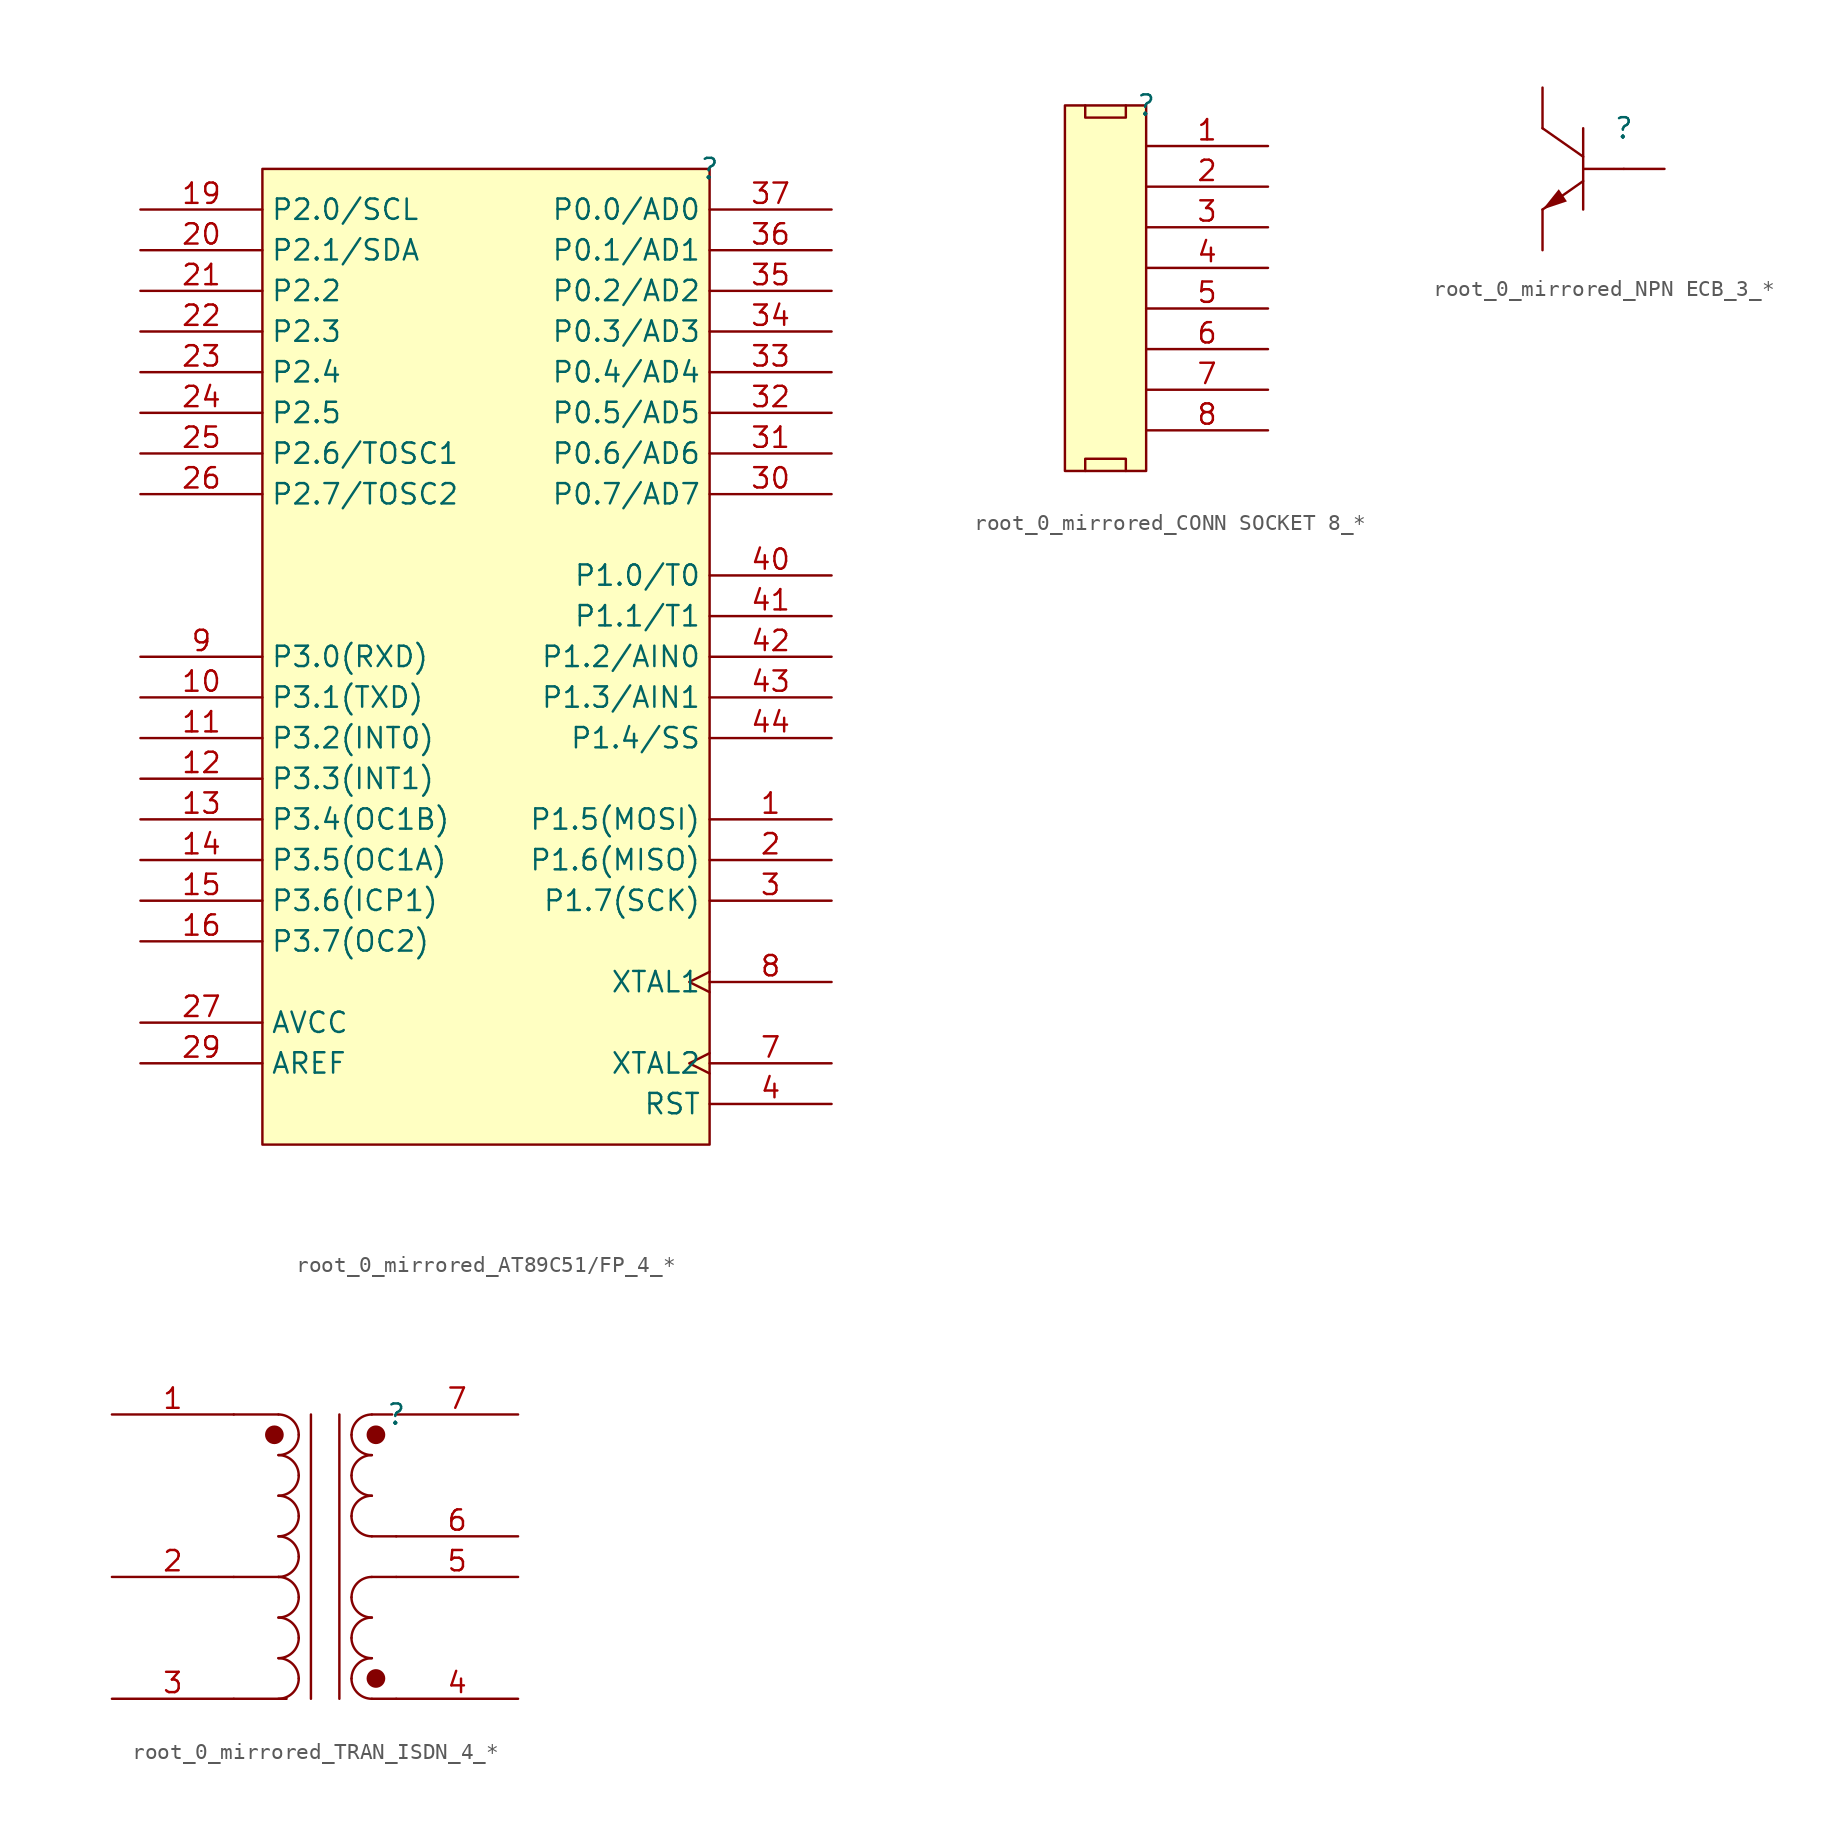
<source format=kicad_sym>
(kicad_symbol_lib
  (version 20241209)
  (generator "kicad_symbol_editor")
  (generator_version "9.0")
  (symbol "root_0_mirrored_AT89C51/FP_4_*"
    (property "Reference" ""
      (at 0 0 0)
      (effects (font (size 1.27 1.27))))
    (property "Value" ""
      (at 0 0 0)
      (effects (font (size 1.27 1.27))))
    (symbol "root_0_mirrored_AT89C51/FP_4_*_1_0"
      (rectangle (start 0 0) (end -27.94 -60.96) (stroke (width 0) (type solid) (color 128 0 0 1)) (fill (type background)))
      (pin bidirectional line (at -35.56 -2.54 0) (length 7.62) (name "P2.0/SCL" (effects (font (size 1.27 1.27)))) (number "19" (effects (font (size 1.27 1.27)))))
      (pin bidirectional line (at -35.56 -5.08 0) (length 7.62) (name "P2.1/SDA" (effects (font (size 1.27 1.27)))) (number "20" (effects (font (size 1.27 1.27)))))
      (pin bidirectional line (at -35.56 -7.62 0) (length 7.62) (name "P2.2" (effects (font (size 1.27 1.27)))) (number "21" (effects (font (size 1.27 1.27)))))
      (pin bidirectional line (at -35.56 -10.16 0) (length 7.62) (name "P2.3" (effects (font (size 1.27 1.27)))) (number "22" (effects (font (size 1.27 1.27)))))
      (pin bidirectional line (at -35.56 -12.7 0) (length 7.62) (name "P2.4" (effects (font (size 1.27 1.27)))) (number "23" (effects (font (size 1.27 1.27)))))
      (pin bidirectional line (at -35.56 -15.24 0) (length 7.62) (name "P2.5" (effects (font (size 1.27 1.27)))) (number "24" (effects (font (size 1.27 1.27)))))
      (pin bidirectional line (at -35.56 -17.78 0) (length 7.62) (name "P2.6/TOSC1" (effects (font (size 1.27 1.27)))) (number "25" (effects (font (size 1.27 1.27)))))
      (pin bidirectional line (at -35.56 -20.32 0) (length 7.62) (name "P2.7/TOSC2" (effects (font (size 1.27 1.27)))) (number "26" (effects (font (size 1.27 1.27)))))
      (pin bidirectional line (at -35.56 -30.48 0) (length 7.62) (name "P3.0(RXD)" (effects (font (size 1.27 1.27)))) (number "9" (effects (font (size 1.27 1.27)))))
      (pin bidirectional line (at -35.56 -33.02 0) (length 7.62) (name "P3.1(TXD)" (effects (font (size 1.27 1.27)))) (number "10" (effects (font (size 1.27 1.27)))))
      (pin bidirectional line (at -35.56 -35.56 0) (length 7.62) (name "P3.2(INT0)" (effects (font (size 1.27 1.27)))) (number "11" (effects (font (size 1.27 1.27)))))
      (pin bidirectional line (at -35.56 -38.1 0) (length 7.62) (name "P3.3(INT1)" (effects (font (size 1.27 1.27)))) (number "12" (effects (font (size 1.27 1.27)))))
      (pin bidirectional line (at -35.56 -40.64 0) (length 7.62) (name "P3.4(OC1B)" (effects (font (size 1.27 1.27)))) (number "13" (effects (font (size 1.27 1.27)))))
      (pin bidirectional line (at -35.56 -43.18 0) (length 7.62) (name "P3.5(OC1A)" (effects (font (size 1.27 1.27)))) (number "14" (effects (font (size 1.27 1.27)))))
      (pin bidirectional line (at -35.56 -45.72 0) (length 7.62) (name "P3.6(ICP1)" (effects (font (size 1.27 1.27)))) (number "15" (effects (font (size 1.27 1.27)))))
      (pin bidirectional line (at -35.56 -48.26 0) (length 7.62) (name "P3.7(OC2)" (effects (font (size 1.27 1.27)))) (number "16" (effects (font (size 1.27 1.27)))))
      (pin passive line (at -35.56 -53.34 0) (length 7.62) (name "AVCC" (effects (font (size 1.27 1.27)))) (number "27" (effects (font (size 1.27 1.27)))))
      (pin output line (at -35.56 -55.88 0) (length 7.62) (name "AREF" (effects (font (size 1.27 1.27)))) (number "29" (effects (font (size 1.27 1.27)))))
      (pin power_in line (at -20.32 -60.96 90) (length 0) (hide yes) (name "GND" (effects (font (size 1.27 1.27)))) (number "39" (effects (font (size 1.27 1.27)))))
      (pin power_in line (at -17.78 -60.96 90) (length 0) (hide yes) (name "GND" (effects (font (size 1.27 1.27)))) (number "28" (effects (font (size 1.27 1.27)))))
      (pin power_in line (at -15.24 0 270) (length 0) (hide yes) (name "VCC" (effects (font (size 1.27 1.27)))) (number "5" (effects (font (size 1.27 1.27)))))
      (pin power_in line (at -15.24 -60.96 90) (length 0) (hide yes) (name "GND" (effects (font (size 1.27 1.27)))) (number "18" (effects (font (size 1.27 1.27)))))
      (pin power_in line (at -12.7 0 270) (length 0) (hide yes) (name "VCC" (effects (font (size 1.27 1.27)))) (number "38" (effects (font (size 1.27 1.27)))))
      (pin power_in line (at -12.7 -60.96 90) (length 0) (hide yes) (name "GND" (effects (font (size 1.27 1.27)))) (number "6" (effects (font (size 1.27 1.27)))))
      (pin power_in line (at -10.16 0 270) (length 0) (hide yes) (name "VCC" (effects (font (size 1.27 1.27)))) (number "17" (effects (font (size 1.27 1.27)))))
      (pin bidirectional line (at 7.62 -2.54 180) (length 7.62) (name "P0.0/AD0" (effects (font (size 1.27 1.27)))) (number "37" (effects (font (size 1.27 1.27)))))
      (pin bidirectional line (at 7.62 -5.08 180) (length 7.62) (name "P0.1/AD1" (effects (font (size 1.27 1.27)))) (number "36" (effects (font (size 1.27 1.27)))))
      (pin bidirectional line (at 7.62 -7.62 180) (length 7.62) (name "P0.2/AD2" (effects (font (size 1.27 1.27)))) (number "35" (effects (font (size 1.27 1.27)))))
      (pin bidirectional line (at 7.62 -10.16 180) (length 7.62) (name "P0.3/AD3" (effects (font (size 1.27 1.27)))) (number "34" (effects (font (size 1.27 1.27)))))
      (pin bidirectional line (at 7.62 -12.7 180) (length 7.62) (name "P0.4/AD4" (effects (font (size 1.27 1.27)))) (number "33" (effects (font (size 1.27 1.27)))))
      (pin bidirectional line (at 7.62 -15.24 180) (length 7.62) (name "P0.5/AD5" (effects (font (size 1.27 1.27)))) (number "32" (effects (font (size 1.27 1.27)))))
      (pin bidirectional line (at 7.62 -17.78 180) (length 7.62) (name "P0.6/AD6" (effects (font (size 1.27 1.27)))) (number "31" (effects (font (size 1.27 1.27)))))
      (pin bidirectional line (at 7.62 -20.32 180) (length 7.62) (name "P0.7/AD7" (effects (font (size 1.27 1.27)))) (number "30" (effects (font (size 1.27 1.27)))))
      (pin bidirectional line (at 7.62 -25.4 180) (length 7.62) (name "P1.0/T0" (effects (font (size 1.27 1.27)))) (number "40" (effects (font (size 1.27 1.27)))))
      (pin bidirectional line (at 7.62 -27.94 180) (length 7.62) (name "P1.1/T1" (effects (font (size 1.27 1.27)))) (number "41" (effects (font (size 1.27 1.27)))))
      (pin bidirectional line (at 7.62 -30.48 180) (length 7.62) (name "P1.2/AIN0" (effects (font (size 1.27 1.27)))) (number "42" (effects (font (size 1.27 1.27)))))
      (pin bidirectional line (at 7.62 -33.02 180) (length 7.62) (name "P1.3/AIN1" (effects (font (size 1.27 1.27)))) (number "43" (effects (font (size 1.27 1.27)))))
      (pin bidirectional line (at 7.62 -35.56 180) (length 7.62) (name "P1.4/SS" (effects (font (size 1.27 1.27)))) (number "44" (effects (font (size 1.27 1.27)))))
      (pin bidirectional line (at 7.62 -40.64 180) (length 7.62) (name "P1.5(MOSI)" (effects (font (size 1.27 1.27)))) (number "1" (effects (font (size 1.27 1.27)))))
      (pin bidirectional line (at 7.62 -43.18 180) (length 7.62) (name "P1.6(MISO)" (effects (font (size 1.27 1.27)))) (number "2" (effects (font (size 1.27 1.27)))))
      (pin bidirectional line (at 7.62 -45.72 180) (length 7.62) (name "P1.7(SCK)" (effects (font (size 1.27 1.27)))) (number "3" (effects (font (size 1.27 1.27)))))
      (pin passive clock (at 7.62 -50.8 180) (length 7.62) (name "XTAL1" (effects (font (size 1.27 1.27)))) (number "8" (effects (font (size 1.27 1.27)))))
      (pin passive clock (at 7.62 -55.88 180) (length 7.62) (name "XTAL2" (effects (font (size 1.27 1.27)))) (number "7" (effects (font (size 1.27 1.27)))))
      (pin input line (at 7.62 -58.42 180) (length 7.62) (name "RST" (effects (font (size 1.27 1.27)))) (number "4" (effects (font (size 1.27 1.27)))))))
  (symbol "root_0_mirrored_CONN SOCKET 8_*"
    (pin_names
      (hide yes))
    (property "Reference" ""
      (at 0 0 0)
      (effects (font (size 1.27 1.27))))
    (property "Value" ""
      (at 0 0 0)
      (effects (font (size 1.27 1.27))))
    (symbol "root_0_mirrored_CONN SOCKET 8_*_1_0"
      (polyline (pts (xy -3.81 -22.86) (xy -3.81 -22.86) (xy -3.81 -22.098) (xy -1.27 -22.098) (xy -1.27 -22.86)) (stroke (width 0) (type solid)) (fill (type none)))
      (polyline (pts (xy -1.27 0) (xy -1.27 0) (xy -1.27 -0.762) (xy -3.81 -0.762) (xy -3.81 0)) (stroke (width 0) (type solid)) (fill (type none)))
      (rectangle (start 0 0) (end -5.08 -22.86) (stroke (width 0) (type solid) (color 128 0 0 1)) (fill (type background)))
      (pin passive line (at 7.62 -2.54 180) (length 7.62) (name "1" (effects (font (size 1.27 1.27)))) (number "1" (effects (font (size 1.27 1.27)))))
      (pin passive line (at 7.62 -5.08 180) (length 7.62) (name "2" (effects (font (size 1.27 1.27)))) (number "2" (effects (font (size 1.27 1.27)))))
      (pin passive line (at 7.62 -7.62 180) (length 7.62) (name "3" (effects (font (size 1.27 1.27)))) (number "3" (effects (font (size 1.27 1.27)))))
      (pin passive line (at 7.62 -10.16 180) (length 7.62) (name "4" (effects (font (size 1.27 1.27)))) (number "4" (effects (font (size 1.27 1.27)))))
      (pin passive line (at 7.62 -12.7 180) (length 7.62) (name "5" (effects (font (size 1.27 1.27)))) (number "5" (effects (font (size 1.27 1.27)))))
      (pin passive line (at 7.62 -15.24 180) (length 7.62) (name "6" (effects (font (size 1.27 1.27)))) (number "6" (effects (font (size 1.27 1.27)))))
      (pin passive line (at 7.62 -17.78 180) (length 7.62) (name "7" (effects (font (size 1.27 1.27)))) (number "7" (effects (font (size 1.27 1.27)))))
      (pin passive line (at 7.62 -20.32 180) (length 7.62) (name "8" (effects (font (size 1.27 1.27)))) (number "8" (effects (font (size 1.27 1.27)))))))
  (symbol "root_0_mirrored_NPN ECB_3_*"
    (pin_numbers
      (hide yes))
    (pin_names
      (hide yes))
    (property "Reference" ""
      (at 0 0 0)
      (effects (font (size 1.27 1.27))))
    (property "Value" ""
      (at 0 0 0)
      (effects (font (size 1.27 1.27))))
    (symbol "root_0_mirrored_NPN ECB_3_*_1_0"
      (polyline (pts (xy -5.08 0) (xy -2.54 -1.778)) (stroke (width 0) (type solid)) (fill (type none)))
      (polyline (pts (xy -5.08 -5.08) (xy -4.064 -3.81) (xy -3.556 -4.572) (xy -5.08 -5.08) (xy -5.08 -5.08)) (stroke (width -0.0001) (type solid)) (fill (type outline)))
      (polyline (pts (xy -2.54 0) (xy -2.54 -5.08)) (stroke (width 0) (type solid)) (fill (type none)))
      (polyline (pts (xy -2.54 -2.54) (xy 0 -2.54)) (stroke (width 0) (type solid)) (fill (type none)))
      (polyline (pts (xy -2.54 -3.302) (xy -5.08 -5.08)) (stroke (width 0) (type solid)) (fill (type none)))
      (pin passive line (at -5.08 2.54 270) (length 2.54) (name "C" (effects (font (size 1.27 1.27)))) (number "2" (effects (font (size 1.27 1.27)))))
      (pin passive line (at -5.08 -7.62 90) (length 2.54) (name "E" (effects (font (size 1.27 1.27)))) (number "3" (effects (font (size 1.27 1.27)))))
      (pin passive line (at 2.54 -2.54 180) (length 2.54) (name "B" (effects (font (size 1.27 1.27)))) (number "1" (effects (font (size 1.27 1.27)))))))
  (symbol "root_0_mirrored_TRAN_ISDN_4_*"
    (pin_names
      (hide yes))
    (property "Reference" ""
      (at 0 0 0)
      (effects (font (size 1.27 1.27))))
    (property "Value" ""
      (at 0 0 0)
      (effects (font (size 1.27 1.27))))
    (symbol "root_0_mirrored_TRAN_ISDN_4_*_1_0"
      (polyline (pts (xy -10.16 0) (xy -7.366 0)) (stroke (width 0) (type solid)) (fill (type none)))
      (circle (center -7.62 -1.27) (radius 0.508) (stroke (width 0) (type solid)) (fill (type outline)))
      (arc (start -7.366 0) (mid -6.468 -0.372) (end -6.096 -1.27) (stroke (width 0) (type solid)) (fill (type none)))
      (arc (start -6.096 -1.27) (mid -6.468 -2.168) (end -7.366 -2.54) (stroke (width 0) (type solid)) (fill (type none)))
      (arc (start -7.366 -2.54) (mid -6.468 -2.912) (end -6.096 -3.81) (stroke (width 0) (type solid)) (fill (type none)))
      (arc (start -6.096 -3.81) (mid -6.468 -4.708) (end -7.366 -5.08) (stroke (width 0) (type solid)) (fill (type none)))
      (arc (start -7.366 -5.08) (mid -6.468 -5.452) (end -6.096 -6.35) (stroke (width 0) (type solid)) (fill (type none)))
      (arc (start -6.096 -6.35) (mid -6.468 -7.248) (end -7.366 -7.62) (stroke (width 0) (type solid)) (fill (type none)))
      (arc (start -7.366 -7.62) (mid -6.468 -7.992) (end -6.096 -8.89) (stroke (width 0) (type solid)) (fill (type none)))
      (arc (start -6.096 -8.89) (mid -6.468 -9.788) (end -7.366 -10.16) (stroke (width 0) (type solid)) (fill (type none)))
      (polyline (pts (xy -7.366 -10.16) (xy -10.16 -10.16)) (stroke (width 0) (type solid)) (fill (type none)))
      (arc (start -7.366 -10.16) (mid -6.468 -10.532) (end -6.096 -11.43) (stroke (width 0) (type solid)) (fill (type none)))
      (arc (start -6.096 -11.43) (mid -6.468 -12.328) (end -7.366 -12.7) (stroke (width 0) (type solid)) (fill (type none)))
      (arc (start -7.366 -12.7) (mid -6.468 -13.072) (end -6.096 -13.97) (stroke (width 0) (type solid)) (fill (type none)))
      (arc (start -6.096 -13.97) (mid -6.468 -14.868) (end -7.366 -15.24) (stroke (width 0) (type solid)) (fill (type none)))
      (arc (start -7.366 -15.24) (mid -6.468 -15.612) (end -6.096 -16.51) (stroke (width 0) (type solid)) (fill (type none)))
      (arc (start -6.096 -16.51) (mid -6.468 -17.408) (end -7.366 -17.78) (stroke (width 0) (type solid)) (fill (type none)))
      (polyline (pts (xy -6.858 -17.78) (xy -10.16 -17.78)) (stroke (width 0) (type solid)) (fill (type none)))
      (polyline (pts (xy -5.334 0) (xy -5.334 -17.78)) (stroke (width 0) (type solid)) (fill (type none)))
      (polyline (pts (xy -3.556 -17.78) (xy -3.556 0)) (stroke (width 0) (type solid)) (fill (type none)))
      (arc (start -2.794 -1.27) (mid -2.422 -0.372) (end -1.524 0) (stroke (width 0) (type solid)) (fill (type none)))
      (arc (start -1.524 -2.54) (mid -2.422 -2.168) (end -2.794 -1.27) (stroke (width 0) (type solid)) (fill (type none)))
      (arc (start -2.794 -3.81) (mid -2.422 -2.912) (end -1.524 -2.54) (stroke (width 0) (type solid)) (fill (type none)))
      (arc (start -1.524 -5.08) (mid -2.422 -4.708) (end -2.794 -3.81) (stroke (width 0) (type solid)) (fill (type none)))
      (arc (start -2.794 -6.35) (mid -2.422 -5.452) (end -1.524 -5.08) (stroke (width 0) (type solid)) (fill (type none)))
      (arc (start -1.524 -7.62) (mid -2.422 -7.248) (end -2.794 -6.35) (stroke (width 0) (type solid)) (fill (type none)))
      (polyline (pts (xy -1.524 -7.62) (xy 0 -7.62)) (stroke (width 0) (type solid)) (fill (type none)))
      (arc (start -2.794 -11.43) (mid -2.422 -10.532) (end -1.524 -10.16) (stroke (width 0) (type solid)) (fill (type none)))
      (arc (start -1.524 -12.7) (mid -2.422 -12.328) (end -2.794 -11.43) (stroke (width 0) (type solid)) (fill (type none)))
      (arc (start -2.794 -13.97) (mid -2.422 -13.072) (end -1.524 -12.7) (stroke (width 0) (type solid)) (fill (type none)))
      (arc (start -1.524 -15.24) (mid -2.422 -14.868) (end -2.794 -13.97) (stroke (width 0) (type solid)) (fill (type none)))
      (arc (start -2.794 -16.51) (mid -2.422 -15.612) (end -1.524 -15.24) (stroke (width 0) (type solid)) (fill (type none)))
      (arc (start -1.524 -17.78) (mid -2.422 -17.408) (end -2.794 -16.51) (stroke (width 0) (type solid)) (fill (type none)))
      (polyline (pts (xy -1.524 -17.78) (xy 0 -17.78)) (stroke (width 0) (type solid)) (fill (type none)))
      (circle (center -1.27 -1.27) (radius 0.508) (stroke (width 0) (type solid)) (fill (type outline)))
      (circle (center -1.27 -16.51) (radius 0.508) (stroke (width 0) (type solid)) (fill (type outline)))
      (polyline (pts (xy -0.254 0) (xy -1.524 0)) (stroke (width 0) (type solid)) (fill (type none)))
      (polyline (pts (xy 0 -10.16) (xy -1.524 -10.16)) (stroke (width 0) (type solid)) (fill (type none)))
      (pin passive line (at -17.78 0 0) (length 7.62) (name "1" (effects (font (size 1.27 1.27)))) (number "1" (effects (font (size 1.27 1.27)))))
      (pin passive line (at -17.78 -10.16 0) (length 7.62) (name "2" (effects (font (size 1.27 1.27)))) (number "2" (effects (font (size 1.27 1.27)))))
      (pin passive line (at -17.78 -17.78 0) (length 7.62) (name "3" (effects (font (size 1.27 1.27)))) (number "3" (effects (font (size 1.27 1.27)))))
      (pin passive line (at 7.62 0 180) (length 7.62) (name "7" (effects (font (size 1.27 1.27)))) (number "7" (effects (font (size 1.27 1.27)))))
      (pin passive line (at 7.62 -7.62 180) (length 7.62) (name "6" (effects (font (size 1.27 1.27)))) (number "6" (effects (font (size 1.27 1.27)))))
      (pin passive line (at 7.62 -10.16 180) (length 7.62) (name "5" (effects (font (size 1.27 1.27)))) (number "5" (effects (font (size 1.27 1.27)))))
      (pin passive line (at 7.62 -17.78 180) (length 7.62) (name "4" (effects (font (size 1.27 1.27)))) (number "4" (effects (font (size 1.27 1.27))))))))
</source>
